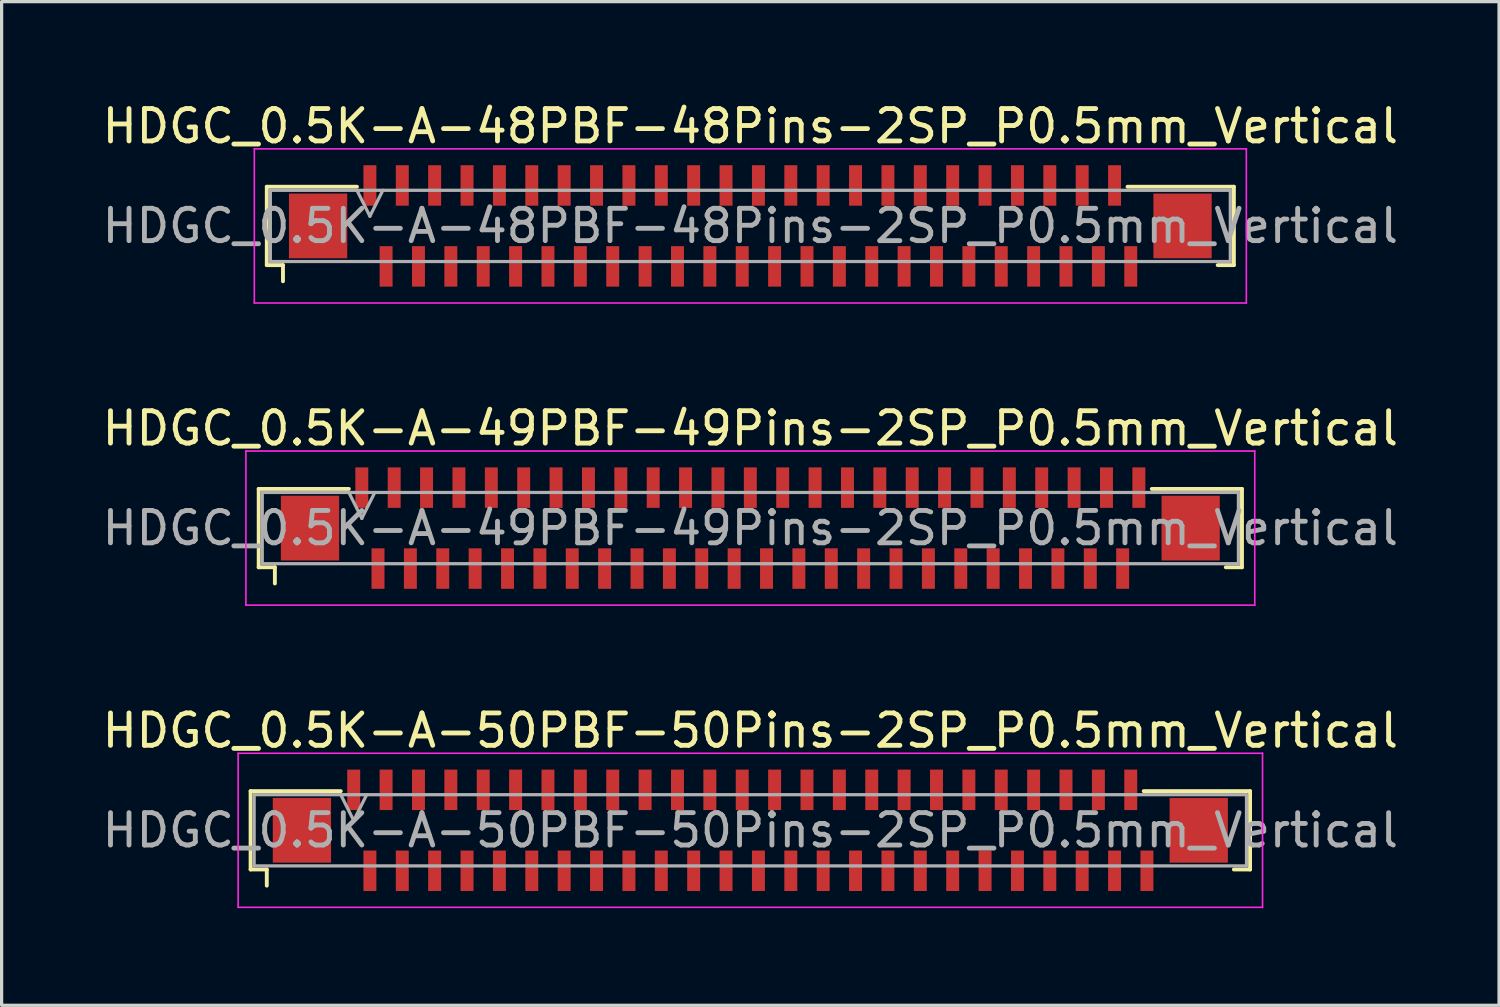
<source format=kicad_pcb>
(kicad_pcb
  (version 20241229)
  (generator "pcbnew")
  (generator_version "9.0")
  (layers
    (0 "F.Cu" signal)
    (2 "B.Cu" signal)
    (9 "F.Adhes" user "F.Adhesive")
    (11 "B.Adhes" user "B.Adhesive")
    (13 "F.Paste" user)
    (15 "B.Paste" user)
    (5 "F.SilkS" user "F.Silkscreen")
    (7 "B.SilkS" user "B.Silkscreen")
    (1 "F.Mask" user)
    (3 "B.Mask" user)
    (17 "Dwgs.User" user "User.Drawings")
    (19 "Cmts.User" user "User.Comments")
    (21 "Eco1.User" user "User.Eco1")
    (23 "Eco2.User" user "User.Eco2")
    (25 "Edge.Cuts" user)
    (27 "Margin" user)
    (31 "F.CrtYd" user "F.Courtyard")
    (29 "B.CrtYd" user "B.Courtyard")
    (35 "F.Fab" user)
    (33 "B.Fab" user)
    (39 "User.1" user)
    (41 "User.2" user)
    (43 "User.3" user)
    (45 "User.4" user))
  (footprint "HDGC_0.5K-A-48PBF-48Pins-2SP_P0.5mm_Vertical"
    (layer "F.Cu")
    (at 20.125 3.928)
    (property "Reference" "HDGC_0.5K-A-48PBF-48Pins-2SP_P0.5mm_Vertical" (at 0 -3.08 0) (layer "F.SilkS") (effects (font (size 1 1) (thickness 0.15))))
    (attr smd)
    (fp_line (start -14.935 -1.21) (end -12.15 -1.21) (stroke (width 0.12) (type solid)) (layer "F.SilkS"))
    (fp_line (start -14.935 1.21) (end -14.935 -1.21) (stroke (width 0.12) (type solid)) (layer "F.SilkS"))
    (fp_line (start -14.435 1.21) (end -14.935 1.21) (stroke (width 0.12) (type solid)) (layer "F.SilkS"))
    (fp_line (start -14.435 1.71) (end -14.435 1.21) (stroke (width 0.12) (type solid)) (layer "F.SilkS"))
    (fp_line (start 14.435 1.21) (end 14.935 1.21) (stroke (width 0.12) (type solid)) (layer "F.SilkS"))
    (fp_line (start 14.935 -1.21) (end 11.65 -1.21) (stroke (width 0.12) (type solid)) (layer "F.SilkS"))
    (fp_line (start 14.935 1.21) (end 14.935 -1.21) (stroke (width 0.12) (type solid)) (layer "F.SilkS"))
    (fp_line (start -15.32 -2.38) (end 15.32 -2.38) (stroke (width 0.05) (type solid)) (layer "F.CrtYd"))
    (fp_line (start -15.32 2.38) (end -15.32 -2.38) (stroke (width 0.05) (type solid)) (layer "F.CrtYd"))
    (fp_line (start 15.32 -2.38) (end 15.32 2.38) (stroke (width 0.05) (type solid)) (layer "F.CrtYd"))
    (fp_line (start 15.32 2.38) (end -15.32 2.38) (stroke (width 0.05) (type solid)) (layer "F.CrtYd"))
    (fp_line (start -14.825 -1.1) (end -14.825 1.1) (stroke (width 0.1) (type solid)) (layer "F.Fab"))
    (fp_line (start -14.825 1.1) (end 14.825 1.1) (stroke (width 0.1) (type solid)) (layer "F.Fab"))
    (fp_line (start -12.15 -1.1) (end -11.75 -0.3) (stroke (width 0.1) (type solid)) (layer "F.Fab"))
    (fp_line (start -11.75 -0.3) (end -11.35 -1.1) (stroke (width 0.1) (type solid)) (layer "F.Fab"))
    (fp_line (start 14.825 -1.1) (end -14.825 -1.1) (stroke (width 0.1) (type solid)) (layer "F.Fab"))
    (fp_line (start 14.825 1.1) (end 14.825 -1.1) (stroke (width 0.1) (type solid)) (layer "F.Fab"))
    (fp_text user "${REFERENCE}" (at 0 0 0) (layer "F.Fab") (effects (font (size 1 1) (thickness 0.15))))
    (pad "1" smd rect (at -11.75 -1.25) (size 0.4 1.25) (layers "F.Cu" "F.Mask" "F.Paste"))
    (pad "2" smd rect (at -11.25 1.25) (size 0.4 1.25) (layers "F.Cu" "F.Mask" "F.Paste"))
    (pad "3" smd rect (at -10.75 -1.25) (size 0.4 1.25) (layers "F.Cu" "F.Mask" "F.Paste"))
    (pad "4" smd rect (at -10.25 1.25) (size 0.4 1.25) (layers "F.Cu" "F.Mask" "F.Paste"))
    (pad "5" smd rect (at -9.75 -1.25) (size 0.4 1.25) (layers "F.Cu" "F.Mask" "F.Paste"))
    (pad "6" smd rect (at -9.25 1.25) (size 0.4 1.25) (layers "F.Cu" "F.Mask" "F.Paste"))
    (pad "7" smd rect (at -8.75 -1.25) (size 0.4 1.25) (layers "F.Cu" "F.Mask" "F.Paste"))
    (pad "8" smd rect (at -8.25 1.25) (size 0.4 1.25) (layers "F.Cu" "F.Mask" "F.Paste"))
    (pad "9" smd rect (at -7.75 -1.25) (size 0.4 1.25) (layers "F.Cu" "F.Mask" "F.Paste"))
    (pad "10" smd rect (at -7.25 1.25) (size 0.4 1.25) (layers "F.Cu" "F.Mask" "F.Paste"))
    (pad "11" smd rect (at -6.75 -1.25) (size 0.4 1.25) (layers "F.Cu" "F.Mask" "F.Paste"))
    (pad "12" smd rect (at -6.25 1.25) (size 0.4 1.25) (layers "F.Cu" "F.Mask" "F.Paste"))
    (pad "13" smd rect (at -5.75 -1.25) (size 0.4 1.25) (layers "F.Cu" "F.Mask" "F.Paste"))
    (pad "14" smd rect (at -5.25 1.25) (size 0.4 1.25) (layers "F.Cu" "F.Mask" "F.Paste"))
    (pad "15" smd rect (at -4.75 -1.25) (size 0.4 1.25) (layers "F.Cu" "F.Mask" "F.Paste"))
    (pad "16" smd rect (at -4.25 1.25) (size 0.4 1.25) (layers "F.Cu" "F.Mask" "F.Paste"))
    (pad "17" smd rect (at -3.75 -1.25) (size 0.4 1.25) (layers "F.Cu" "F.Mask" "F.Paste"))
    (pad "18" smd rect (at -3.25 1.25) (size 0.4 1.25) (layers "F.Cu" "F.Mask" "F.Paste"))
    (pad "19" smd rect (at -2.75 -1.25) (size 0.4 1.25) (layers "F.Cu" "F.Mask" "F.Paste"))
    (pad "20" smd rect (at -2.25 1.25) (size 0.4 1.25) (layers "F.Cu" "F.Mask" "F.Paste"))
    (pad "21" smd rect (at -1.75 -1.25) (size 0.4 1.25) (layers "F.Cu" "F.Mask" "F.Paste"))
    (pad "22" smd rect (at -1.25 1.25) (size 0.4 1.25) (layers "F.Cu" "F.Mask" "F.Paste"))
    (pad "23" smd rect (at -0.75 -1.25) (size 0.4 1.25) (layers "F.Cu" "F.Mask" "F.Paste"))
    (pad "24" smd rect (at -0.25 1.25) (size 0.4 1.25) (layers "F.Cu" "F.Mask" "F.Paste"))
    (pad "25" smd rect (at 0.25 -1.25) (size 0.4 1.25) (layers "F.Cu" "F.Mask" "F.Paste"))
    (pad "26" smd rect (at 0.75 1.25) (size 0.4 1.25) (layers "F.Cu" "F.Mask" "F.Paste"))
    (pad "27" smd rect (at 1.25 -1.25) (size 0.4 1.25) (layers "F.Cu" "F.Mask" "F.Paste"))
    (pad "28" smd rect (at 1.75 1.25) (size 0.4 1.25) (layers "F.Cu" "F.Mask" "F.Paste"))
    (pad "29" smd rect (at 2.25 -1.25) (size 0.4 1.25) (layers "F.Cu" "F.Mask" "F.Paste"))
    (pad "30" smd rect (at 2.75 1.25) (size 0.4 1.25) (layers "F.Cu" "F.Mask" "F.Paste"))
    (pad "31" smd rect (at 3.25 -1.25) (size 0.4 1.25) (layers "F.Cu" "F.Mask" "F.Paste"))
    (pad "32" smd rect (at 3.75 1.25) (size 0.4 1.25) (layers "F.Cu" "F.Mask" "F.Paste"))
    (pad "33" smd rect (at 4.25 -1.25) (size 0.4 1.25) (layers "F.Cu" "F.Mask" "F.Paste"))
    (pad "34" smd rect (at 4.75 1.25) (size 0.4 1.25) (layers "F.Cu" "F.Mask" "F.Paste"))
    (pad "35" smd rect (at 5.25 -1.25) (size 0.4 1.25) (layers "F.Cu" "F.Mask" "F.Paste"))
    (pad "36" smd rect (at 5.75 1.25) (size 0.4 1.25) (layers "F.Cu" "F.Mask" "F.Paste"))
    (pad "37" smd rect (at 6.25 -1.25) (size 0.4 1.25) (layers "F.Cu" "F.Mask" "F.Paste"))
    (pad "38" smd rect (at 6.75 1.25) (size 0.4 1.25) (layers "F.Cu" "F.Mask" "F.Paste"))
    (pad "39" smd rect (at 7.25 -1.25) (size 0.4 1.25) (layers "F.Cu" "F.Mask" "F.Paste"))
    (pad "40" smd rect (at 7.75 1.25) (size 0.4 1.25) (layers "F.Cu" "F.Mask" "F.Paste"))
    (pad "41" smd rect (at 8.25 -1.25) (size 0.4 1.25) (layers "F.Cu" "F.Mask" "F.Paste"))
    (pad "42" smd rect (at 8.75 1.25) (size 0.4 1.25) (layers "F.Cu" "F.Mask" "F.Paste"))
    (pad "43" smd rect (at 9.25 -1.25) (size 0.4 1.25) (layers "F.Cu" "F.Mask" "F.Paste"))
    (pad "44" smd rect (at 9.75 1.25) (size 0.4 1.25) (layers "F.Cu" "F.Mask" "F.Paste"))
    (pad "45" smd rect (at 10.25 -1.25) (size 0.4 1.25) (layers "F.Cu" "F.Mask" "F.Paste"))
    (pad "46" smd rect (at 10.75 1.25) (size 0.4 1.25) (layers "F.Cu" "F.Mask" "F.Paste"))
    (pad "47" smd rect (at 11.25 -1.25) (size 0.4 1.25) (layers "F.Cu" "F.Mask" "F.Paste"))
    (pad "48" smd rect (at 11.75 1.25) (size 0.4 1.25) (layers "F.Cu" "F.Mask" "F.Paste"))
    (pad "MP" smd rect (at -13.35 0) (size 1.8 2) (layers "F.Cu" "F.Mask" "F.Paste"))
    (pad "MP" smd rect (at 13.35 0) (size 1.8 2) (layers "F.Cu" "F.Mask" "F.Paste")))
  (footprint "HDGC_0.5K-A-50PBF-50Pins-2SP_P0.5mm_Vertical"
    (layer "F.Cu")
    (at 20.125 22.595)
    (property "Reference" "HDGC_0.5K-A-50PBF-50Pins-2SP_P0.5mm_Vertical" (at 0 -3.08 0) (layer "F.SilkS") (effects (font (size 1 1) (thickness 0.15))))
    (attr smd)
    (fp_line (start -15.435 -1.21) (end -12.65 -1.21) (stroke (width 0.12) (type solid)) (layer "F.SilkS"))
    (fp_line (start -15.435 1.21) (end -15.435 -1.21) (stroke (width 0.12) (type solid)) (layer "F.SilkS"))
    (fp_line (start -14.935 1.21) (end -15.435 1.21) (stroke (width 0.12) (type solid)) (layer "F.SilkS"))
    (fp_line (start -14.935 1.71) (end -14.935 1.21) (stroke (width 0.12) (type solid)) (layer "F.SilkS"))
    (fp_line (start 14.935 1.21) (end 15.435 1.21) (stroke (width 0.12) (type solid)) (layer "F.SilkS"))
    (fp_line (start 15.435 -1.21) (end 12.15 -1.21) (stroke (width 0.12) (type solid)) (layer "F.SilkS"))
    (fp_line (start 15.435 1.21) (end 15.435 -1.21) (stroke (width 0.12) (type solid)) (layer "F.SilkS"))
    (fp_line (start -15.82 -2.38) (end 15.82 -2.38) (stroke (width 0.05) (type solid)) (layer "F.CrtYd"))
    (fp_line (start -15.82 2.38) (end -15.82 -2.38) (stroke (width 0.05) (type solid)) (layer "F.CrtYd"))
    (fp_line (start 15.82 -2.38) (end 15.82 2.38) (stroke (width 0.05) (type solid)) (layer "F.CrtYd"))
    (fp_line (start 15.82 2.38) (end -15.82 2.38) (stroke (width 0.05) (type solid)) (layer "F.CrtYd"))
    (fp_line (start -15.325 -1.1) (end -15.325 1.1) (stroke (width 0.1) (type solid)) (layer "F.Fab"))
    (fp_line (start -15.325 1.1) (end 15.325 1.1) (stroke (width 0.1) (type solid)) (layer "F.Fab"))
    (fp_line (start -12.65 -1.1) (end -12.25 -0.3) (stroke (width 0.1) (type solid)) (layer "F.Fab"))
    (fp_line (start -12.25 -0.3) (end -11.85 -1.1) (stroke (width 0.1) (type solid)) (layer "F.Fab"))
    (fp_line (start 15.325 -1.1) (end -15.325 -1.1) (stroke (width 0.1) (type solid)) (layer "F.Fab"))
    (fp_line (start 15.325 1.1) (end 15.325 -1.1) (stroke (width 0.1) (type solid)) (layer "F.Fab"))
    (fp_text user "${REFERENCE}" (at 0 0 0) (layer "F.Fab") (effects (font (size 1 1) (thickness 0.15))))
    (pad "1" smd rect (at -12.25 -1.25) (size 0.4 1.25) (layers "F.Cu" "F.Mask" "F.Paste"))
    (pad "2" smd rect (at -11.75 1.25) (size 0.4 1.25) (layers "F.Cu" "F.Mask" "F.Paste"))
    (pad "3" smd rect (at -11.25 -1.25) (size 0.4 1.25) (layers "F.Cu" "F.Mask" "F.Paste"))
    (pad "4" smd rect (at -10.75 1.25) (size 0.4 1.25) (layers "F.Cu" "F.Mask" "F.Paste"))
    (pad "5" smd rect (at -10.25 -1.25) (size 0.4 1.25) (layers "F.Cu" "F.Mask" "F.Paste"))
    (pad "6" smd rect (at -9.75 1.25) (size 0.4 1.25) (layers "F.Cu" "F.Mask" "F.Paste"))
    (pad "7" smd rect (at -9.25 -1.25) (size 0.4 1.25) (layers "F.Cu" "F.Mask" "F.Paste"))
    (pad "8" smd rect (at -8.75 1.25) (size 0.4 1.25) (layers "F.Cu" "F.Mask" "F.Paste"))
    (pad "9" smd rect (at -8.25 -1.25) (size 0.4 1.25) (layers "F.Cu" "F.Mask" "F.Paste"))
    (pad "10" smd rect (at -7.75 1.25) (size 0.4 1.25) (layers "F.Cu" "F.Mask" "F.Paste"))
    (pad "11" smd rect (at -7.25 -1.25) (size 0.4 1.25) (layers "F.Cu" "F.Mask" "F.Paste"))
    (pad "12" smd rect (at -6.75 1.25) (size 0.4 1.25) (layers "F.Cu" "F.Mask" "F.Paste"))
    (pad "13" smd rect (at -6.25 -1.25) (size 0.4 1.25) (layers "F.Cu" "F.Mask" "F.Paste"))
    (pad "14" smd rect (at -5.75 1.25) (size 0.4 1.25) (layers "F.Cu" "F.Mask" "F.Paste"))
    (pad "15" smd rect (at -5.25 -1.25) (size 0.4 1.25) (layers "F.Cu" "F.Mask" "F.Paste"))
    (pad "16" smd rect (at -4.75 1.25) (size 0.4 1.25) (layers "F.Cu" "F.Mask" "F.Paste"))
    (pad "17" smd rect (at -4.25 -1.25) (size 0.4 1.25) (layers "F.Cu" "F.Mask" "F.Paste"))
    (pad "18" smd rect (at -3.75 1.25) (size 0.4 1.25) (layers "F.Cu" "F.Mask" "F.Paste"))
    (pad "19" smd rect (at -3.25 -1.25) (size 0.4 1.25) (layers "F.Cu" "F.Mask" "F.Paste"))
    (pad "20" smd rect (at -2.75 1.25) (size 0.4 1.25) (layers "F.Cu" "F.Mask" "F.Paste"))
    (pad "21" smd rect (at -2.25 -1.25) (size 0.4 1.25) (layers "F.Cu" "F.Mask" "F.Paste"))
    (pad "22" smd rect (at -1.75 1.25) (size 0.4 1.25) (layers "F.Cu" "F.Mask" "F.Paste"))
    (pad "23" smd rect (at -1.25 -1.25) (size 0.4 1.25) (layers "F.Cu" "F.Mask" "F.Paste"))
    (pad "24" smd rect (at -0.75 1.25) (size 0.4 1.25) (layers "F.Cu" "F.Mask" "F.Paste"))
    (pad "25" smd rect (at -0.25 -1.25) (size 0.4 1.25) (layers "F.Cu" "F.Mask" "F.Paste"))
    (pad "26" smd rect (at 0.25 1.25) (size 0.4 1.25) (layers "F.Cu" "F.Mask" "F.Paste"))
    (pad "27" smd rect (at 0.75 -1.25) (size 0.4 1.25) (layers "F.Cu" "F.Mask" "F.Paste"))
    (pad "28" smd rect (at 1.25 1.25) (size 0.4 1.25) (layers "F.Cu" "F.Mask" "F.Paste"))
    (pad "29" smd rect (at 1.75 -1.25) (size 0.4 1.25) (layers "F.Cu" "F.Mask" "F.Paste"))
    (pad "30" smd rect (at 2.25 1.25) (size 0.4 1.25) (layers "F.Cu" "F.Mask" "F.Paste"))
    (pad "31" smd rect (at 2.75 -1.25) (size 0.4 1.25) (layers "F.Cu" "F.Mask" "F.Paste"))
    (pad "32" smd rect (at 3.25 1.25) (size 0.4 1.25) (layers "F.Cu" "F.Mask" "F.Paste"))
    (pad "33" smd rect (at 3.75 -1.25) (size 0.4 1.25) (layers "F.Cu" "F.Mask" "F.Paste"))
    (pad "34" smd rect (at 4.25 1.25) (size 0.4 1.25) (layers "F.Cu" "F.Mask" "F.Paste"))
    (pad "35" smd rect (at 4.75 -1.25) (size 0.4 1.25) (layers "F.Cu" "F.Mask" "F.Paste"))
    (pad "36" smd rect (at 5.25 1.25) (size 0.4 1.25) (layers "F.Cu" "F.Mask" "F.Paste"))
    (pad "37" smd rect (at 5.75 -1.25) (size 0.4 1.25) (layers "F.Cu" "F.Mask" "F.Paste"))
    (pad "38" smd rect (at 6.25 1.25) (size 0.4 1.25) (layers "F.Cu" "F.Mask" "F.Paste"))
    (pad "39" smd rect (at 6.75 -1.25) (size 0.4 1.25) (layers "F.Cu" "F.Mask" "F.Paste"))
    (pad "40" smd rect (at 7.25 1.25) (size 0.4 1.25) (layers "F.Cu" "F.Mask" "F.Paste"))
    (pad "41" smd rect (at 7.75 -1.25) (size 0.4 1.25) (layers "F.Cu" "F.Mask" "F.Paste"))
    (pad "42" smd rect (at 8.25 1.25) (size 0.4 1.25) (layers "F.Cu" "F.Mask" "F.Paste"))
    (pad "43" smd rect (at 8.75 -1.25) (size 0.4 1.25) (layers "F.Cu" "F.Mask" "F.Paste"))
    (pad "44" smd rect (at 9.25 1.25) (size 0.4 1.25) (layers "F.Cu" "F.Mask" "F.Paste"))
    (pad "45" smd rect (at 9.75 -1.25) (size 0.4 1.25) (layers "F.Cu" "F.Mask" "F.Paste"))
    (pad "46" smd rect (at 10.25 1.25) (size 0.4 1.25) (layers "F.Cu" "F.Mask" "F.Paste"))
    (pad "47" smd rect (at 10.75 -1.25) (size 0.4 1.25) (layers "F.Cu" "F.Mask" "F.Paste"))
    (pad "48" smd rect (at 11.25 1.25) (size 0.4 1.25) (layers "F.Cu" "F.Mask" "F.Paste"))
    (pad "49" smd rect (at 11.75 -1.25) (size 0.4 1.25) (layers "F.Cu" "F.Mask" "F.Paste"))
    (pad "50" smd rect (at 12.25 1.25) (size 0.4 1.25) (layers "F.Cu" "F.Mask" "F.Paste"))
    (pad "MP" smd rect (at -13.85 0) (size 1.8 2) (layers "F.Cu" "F.Mask" "F.Paste"))
    (pad "MP" smd rect (at 13.85 0) (size 1.8 2) (layers "F.Cu" "F.Mask" "F.Paste")))
  (footprint "HDGC_0.5K-A-49PBF-49Pins-2SP_P0.5mm_Vertical"
    (layer "F.Cu")
    (at 20.125 13.261)
    (property "Reference" "HDGC_0.5K-A-49PBF-49Pins-2SP_P0.5mm_Vertical" (at 0 -3.08 0) (layer "F.SilkS") (effects (font (size 1 1) (thickness 0.15))))
    (attr smd)
    (fp_line (start -15.185 -1.21) (end -12.4 -1.21) (stroke (width 0.12) (type solid)) (layer "F.SilkS"))
    (fp_line (start -15.185 1.21) (end -15.185 -1.21) (stroke (width 0.12) (type solid)) (layer "F.SilkS"))
    (fp_line (start -14.685 1.21) (end -15.185 1.21) (stroke (width 0.12) (type solid)) (layer "F.SilkS"))
    (fp_line (start -14.685 1.71) (end -14.685 1.21) (stroke (width 0.12) (type solid)) (layer "F.SilkS"))
    (fp_line (start 14.685 1.21) (end 15.185 1.21) (stroke (width 0.12) (type solid)) (layer "F.SilkS"))
    (fp_line (start 15.185 -1.21) (end 12.4 -1.21) (stroke (width 0.12) (type solid)) (layer "F.SilkS"))
    (fp_line (start 15.185 1.21) (end 15.185 -1.21) (stroke (width 0.12) (type solid)) (layer "F.SilkS"))
    (fp_line (start -15.58 -2.38) (end 15.58 -2.38) (stroke (width 0.05) (type solid)) (layer "F.CrtYd"))
    (fp_line (start -15.58 2.38) (end -15.58 -2.38) (stroke (width 0.05) (type solid)) (layer "F.CrtYd"))
    (fp_line (start 15.58 -2.38) (end 15.58 2.38) (stroke (width 0.05) (type solid)) (layer "F.CrtYd"))
    (fp_line (start 15.58 2.38) (end -15.58 2.38) (stroke (width 0.05) (type solid)) (layer "F.CrtYd"))
    (fp_line (start -15.075 -1.1) (end -15.075 1.1) (stroke (width 0.1) (type solid)) (layer "F.Fab"))
    (fp_line (start -15.075 1.1) (end 15.075 1.1) (stroke (width 0.1) (type solid)) (layer "F.Fab"))
    (fp_line (start -12.4 -1.1) (end -12 -0.3) (stroke (width 0.1) (type solid)) (layer "F.Fab"))
    (fp_line (start -12 -0.3) (end -11.6 -1.1) (stroke (width 0.1) (type solid)) (layer "F.Fab"))
    (fp_line (start 15.075 -1.1) (end -15.075 -1.1) (stroke (width 0.1) (type solid)) (layer "F.Fab"))
    (fp_line (start 15.075 1.1) (end 15.075 -1.1) (stroke (width 0.1) (type solid)) (layer "F.Fab"))
    (fp_text user "${REFERENCE}" (at 0 0 0) (layer "F.Fab") (effects (font (size 1 1) (thickness 0.15))))
    (pad "1" smd rect (at -12 -1.25) (size 0.4 1.25) (layers "F.Cu" "F.Mask" "F.Paste"))
    (pad "2" smd rect (at -11.5 1.25) (size 0.4 1.25) (layers "F.Cu" "F.Mask" "F.Paste"))
    (pad "3" smd rect (at -11 -1.25) (size 0.4 1.25) (layers "F.Cu" "F.Mask" "F.Paste"))
    (pad "4" smd rect (at -10.5 1.25) (size 0.4 1.25) (layers "F.Cu" "F.Mask" "F.Paste"))
    (pad "5" smd rect (at -10 -1.25) (size 0.4 1.25) (layers "F.Cu" "F.Mask" "F.Paste"))
    (pad "6" smd rect (at -9.5 1.25) (size 0.4 1.25) (layers "F.Cu" "F.Mask" "F.Paste"))
    (pad "7" smd rect (at -9 -1.25) (size 0.4 1.25) (layers "F.Cu" "F.Mask" "F.Paste"))
    (pad "8" smd rect (at -8.5 1.25) (size 0.4 1.25) (layers "F.Cu" "F.Mask" "F.Paste"))
    (pad "9" smd rect (at -8 -1.25) (size 0.4 1.25) (layers "F.Cu" "F.Mask" "F.Paste"))
    (pad "10" smd rect (at -7.5 1.25) (size 0.4 1.25) (layers "F.Cu" "F.Mask" "F.Paste"))
    (pad "11" smd rect (at -7 -1.25) (size 0.4 1.25) (layers "F.Cu" "F.Mask" "F.Paste"))
    (pad "12" smd rect (at -6.5 1.25) (size 0.4 1.25) (layers "F.Cu" "F.Mask" "F.Paste"))
    (pad "13" smd rect (at -6 -1.25) (size 0.4 1.25) (layers "F.Cu" "F.Mask" "F.Paste"))
    (pad "14" smd rect (at -5.5 1.25) (size 0.4 1.25) (layers "F.Cu" "F.Mask" "F.Paste"))
    (pad "15" smd rect (at -5 -1.25) (size 0.4 1.25) (layers "F.Cu" "F.Mask" "F.Paste"))
    (pad "16" smd rect (at -4.5 1.25) (size 0.4 1.25) (layers "F.Cu" "F.Mask" "F.Paste"))
    (pad "17" smd rect (at -4 -1.25) (size 0.4 1.25) (layers "F.Cu" "F.Mask" "F.Paste"))
    (pad "18" smd rect (at -3.5 1.25) (size 0.4 1.25) (layers "F.Cu" "F.Mask" "F.Paste"))
    (pad "19" smd rect (at -3 -1.25) (size 0.4 1.25) (layers "F.Cu" "F.Mask" "F.Paste"))
    (pad "20" smd rect (at -2.5 1.25) (size 0.4 1.25) (layers "F.Cu" "F.Mask" "F.Paste"))
    (pad "21" smd rect (at -2 -1.25) (size 0.4 1.25) (layers "F.Cu" "F.Mask" "F.Paste"))
    (pad "22" smd rect (at -1.5 1.25) (size 0.4 1.25) (layers "F.Cu" "F.Mask" "F.Paste"))
    (pad "23" smd rect (at -1 -1.25) (size 0.4 1.25) (layers "F.Cu" "F.Mask" "F.Paste"))
    (pad "24" smd rect (at -0.5 1.25) (size 0.4 1.25) (layers "F.Cu" "F.Mask" "F.Paste"))
    (pad "25" smd rect (at 0 -1.25) (size 0.4 1.25) (layers "F.Cu" "F.Mask" "F.Paste"))
    (pad "26" smd rect (at 0.5 1.25) (size 0.4 1.25) (layers "F.Cu" "F.Mask" "F.Paste"))
    (pad "27" smd rect (at 1 -1.25) (size 0.4 1.25) (layers "F.Cu" "F.Mask" "F.Paste"))
    (pad "28" smd rect (at 1.5 1.25) (size 0.4 1.25) (layers "F.Cu" "F.Mask" "F.Paste"))
    (pad "29" smd rect (at 2 -1.25) (size 0.4 1.25) (layers "F.Cu" "F.Mask" "F.Paste"))
    (pad "30" smd rect (at 2.5 1.25) (size 0.4 1.25) (layers "F.Cu" "F.Mask" "F.Paste"))
    (pad "31" smd rect (at 3 -1.25) (size 0.4 1.25) (layers "F.Cu" "F.Mask" "F.Paste"))
    (pad "32" smd rect (at 3.5 1.25) (size 0.4 1.25) (layers "F.Cu" "F.Mask" "F.Paste"))
    (pad "33" smd rect (at 4 -1.25) (size 0.4 1.25) (layers "F.Cu" "F.Mask" "F.Paste"))
    (pad "34" smd rect (at 4.5 1.25) (size 0.4 1.25) (layers "F.Cu" "F.Mask" "F.Paste"))
    (pad "35" smd rect (at 5 -1.25) (size 0.4 1.25) (layers "F.Cu" "F.Mask" "F.Paste"))
    (pad "36" smd rect (at 5.5 1.25) (size 0.4 1.25) (layers "F.Cu" "F.Mask" "F.Paste"))
    (pad "37" smd rect (at 6 -1.25) (size 0.4 1.25) (layers "F.Cu" "F.Mask" "F.Paste"))
    (pad "38" smd rect (at 6.5 1.25) (size 0.4 1.25) (layers "F.Cu" "F.Mask" "F.Paste"))
    (pad "39" smd rect (at 7 -1.25) (size 0.4 1.25) (layers "F.Cu" "F.Mask" "F.Paste"))
    (pad "40" smd rect (at 7.5 1.25) (size 0.4 1.25) (layers "F.Cu" "F.Mask" "F.Paste"))
    (pad "41" smd rect (at 8 -1.25) (size 0.4 1.25) (layers "F.Cu" "F.Mask" "F.Paste"))
    (pad "42" smd rect (at 8.5 1.25) (size 0.4 1.25) (layers "F.Cu" "F.Mask" "F.Paste"))
    (pad "43" smd rect (at 9 -1.25) (size 0.4 1.25) (layers "F.Cu" "F.Mask" "F.Paste"))
    (pad "44" smd rect (at 9.5 1.25) (size 0.4 1.25) (layers "F.Cu" "F.Mask" "F.Paste"))
    (pad "45" smd rect (at 10 -1.25) (size 0.4 1.25) (layers "F.Cu" "F.Mask" "F.Paste"))
    (pad "46" smd rect (at 10.5 1.25) (size 0.4 1.25) (layers "F.Cu" "F.Mask" "F.Paste"))
    (pad "47" smd rect (at 11 -1.25) (size 0.4 1.25) (layers "F.Cu" "F.Mask" "F.Paste"))
    (pad "48" smd rect (at 11.5 1.25) (size 0.4 1.25) (layers "F.Cu" "F.Mask" "F.Paste"))
    (pad "49" smd rect (at 12 -1.25) (size 0.4 1.25) (layers "F.Cu" "F.Mask" "F.Paste"))
    (pad "MP" smd rect (at -13.6 0) (size 1.8 2) (layers "F.Cu" "F.Mask" "F.Paste"))
    (pad "MP" smd rect (at 13.6 0) (size 1.8 2) (layers "F.Cu" "F.Mask" "F.Paste")))
  (gr_rect
    (start -3 -3)
    (end 43.25 28)
    (stroke (width 0.1) (type default))
    (fill no)
    (layer "Edge.Cuts")))
</source>
